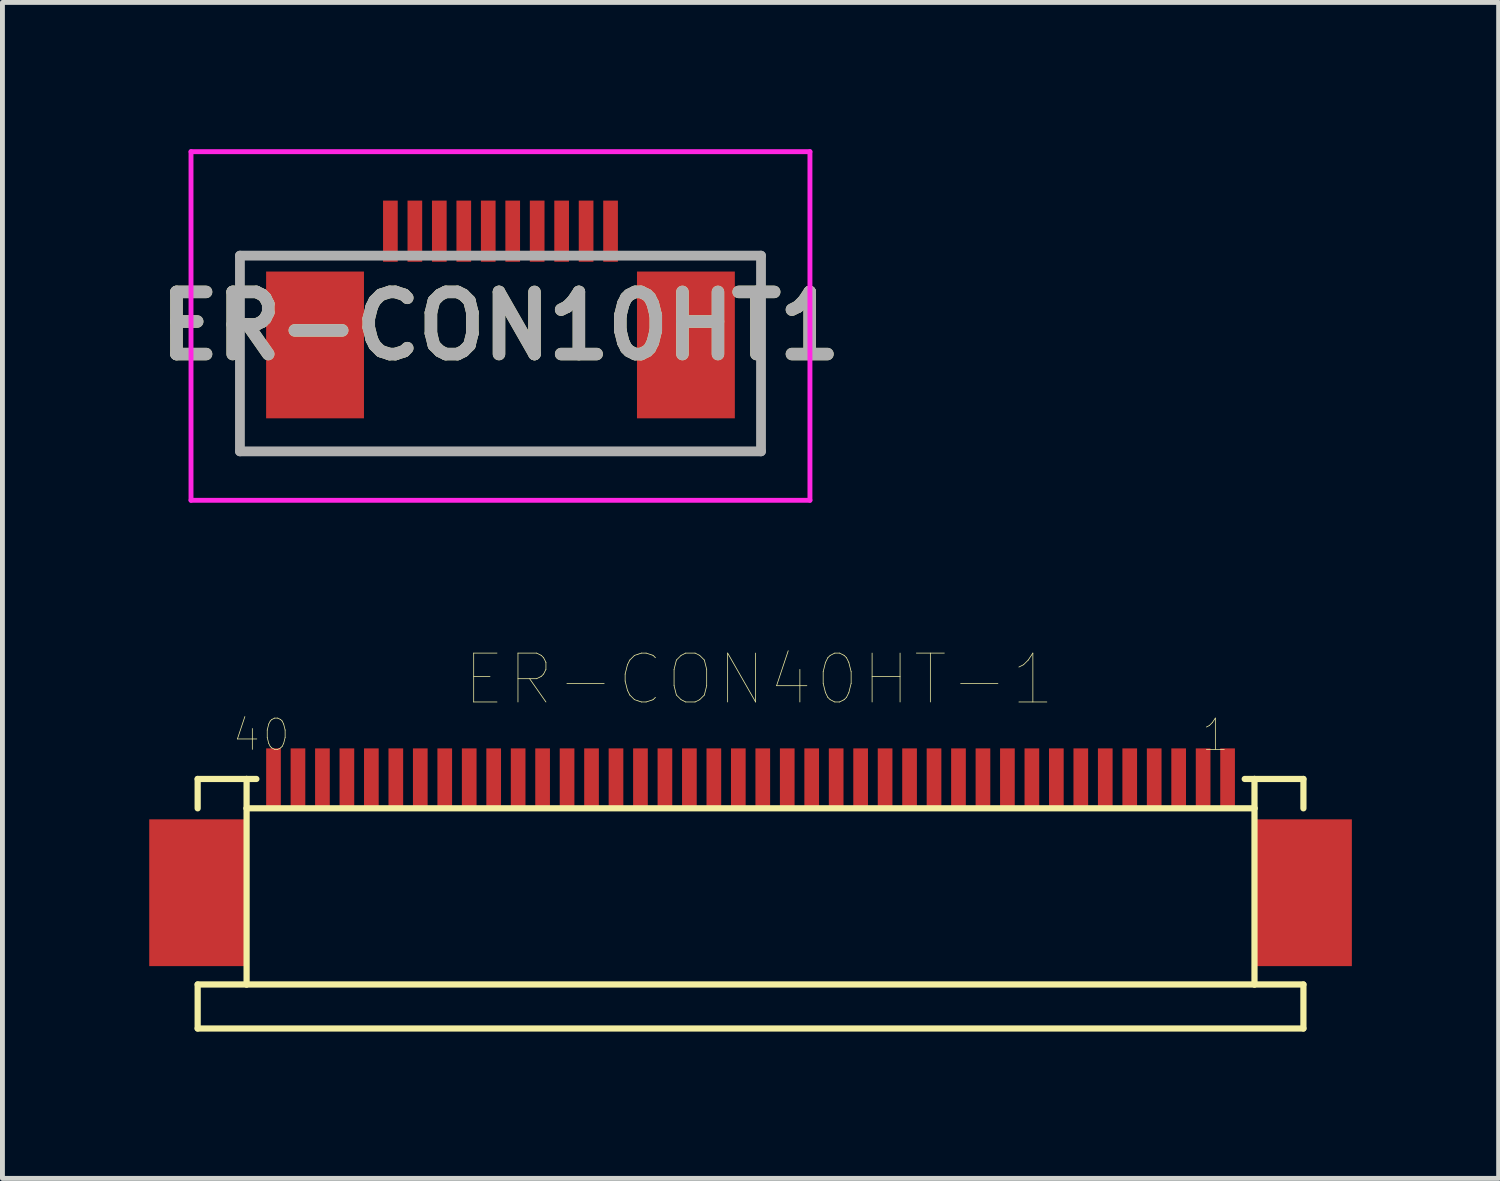
<source format=kicad_pcb>
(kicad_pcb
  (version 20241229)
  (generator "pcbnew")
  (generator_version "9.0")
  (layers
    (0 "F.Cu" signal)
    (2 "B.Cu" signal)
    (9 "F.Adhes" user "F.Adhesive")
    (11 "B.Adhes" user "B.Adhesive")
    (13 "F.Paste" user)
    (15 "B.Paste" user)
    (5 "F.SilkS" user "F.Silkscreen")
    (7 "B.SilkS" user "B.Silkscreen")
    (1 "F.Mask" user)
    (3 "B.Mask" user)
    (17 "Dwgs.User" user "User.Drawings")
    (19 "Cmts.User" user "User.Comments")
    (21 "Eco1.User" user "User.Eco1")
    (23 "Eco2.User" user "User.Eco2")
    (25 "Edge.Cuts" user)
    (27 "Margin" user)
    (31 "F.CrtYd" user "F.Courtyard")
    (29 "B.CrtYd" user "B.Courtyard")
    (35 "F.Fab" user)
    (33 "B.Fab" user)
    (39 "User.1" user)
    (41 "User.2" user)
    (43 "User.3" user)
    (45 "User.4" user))
  (footprint "ER-CON40HT-1"
    (layer "F.Cu")
    (at 12.29 14.471)
    (property "Reference" "ER-CON40HT-1" (at 0.175 -3.635 0) (layer "F.SilkS") (effects (font (size 1 1) (thickness 0.015))))
    (attr through_hole)
    (fp_line (start -11.3 -1.6) (end -11.3 -1) (stroke (width 0.127) (type solid)) (layer "F.SilkS"))
    (fp_line (start -11.3 2.6) (end -11.3 3.5) (stroke (width 0.127) (type solid)) (layer "F.SilkS"))
    (fp_line (start -11.3 2.6) (end -10.3 2.6) (stroke (width 0.127) (type solid)) (layer "F.SilkS"))
    (fp_line (start -11.3 3.5) (end 11.3 3.5) (stroke (width 0.127) (type solid)) (layer "F.SilkS"))
    (fp_line (start -10.3 -1.6) (end -11.3 -1.6) (stroke (width 0.127) (type solid)) (layer "F.SilkS"))
    (fp_line (start -10.3 -1.6) (end -10.3 -1) (stroke (width 0.127) (type solid)) (layer "F.SilkS"))
    (fp_line (start -10.3 -1) (end -10.3 2.6) (stroke (width 0.127) (type solid)) (layer "F.SilkS"))
    (fp_line (start -10.3 -1) (end 10.3 -1) (stroke (width 0.127) (type solid)) (layer "F.SilkS"))
    (fp_line (start -10.3 2.6) (end 10.3 2.6) (stroke (width 0.127) (type solid)) (layer "F.SilkS"))
    (fp_line (start -10.1 -1.6) (end -10.3 -1.6) (stroke (width 0.127) (type solid)) (layer "F.SilkS"))
    (fp_line (start 10.1 -1.6) (end 10.3 -1.6) (stroke (width 0.127) (type solid)) (layer "F.SilkS"))
    (fp_line (start 10.3 -1.6) (end 10.3 -1) (stroke (width 0.127) (type solid)) (layer "F.SilkS"))
    (fp_line (start 10.3 -1.6) (end 11.3 -1.6) (stroke (width 0.127) (type solid)) (layer "F.SilkS"))
    (fp_line (start 10.3 -1) (end 10.3 2.6) (stroke (width 0.127) (type solid)) (layer "F.SilkS"))
    (fp_line (start 10.3 2.6) (end 11.3 2.6) (stroke (width 0.127) (type solid)) (layer "F.SilkS"))
    (fp_line (start 11.3 -1.6) (end 11.3 -1) (stroke (width 0.127) (type solid)) (layer "F.SilkS"))
    (fp_line (start 11.3 3.5) (end 11.3 2.6) (stroke (width 0.127) (type solid)) (layer "F.SilkS"))
    (fp_text user "1" (at 9.5 -2.5 0) (layer "F.SilkS") (effects (font (size 0.64 0.64) (thickness 0.015))))
    (fp_text user "40" (at -10 -2.5 0) (layer "F.SilkS") (effects (font (size 0.64 0.64) (thickness 0.015))))
    (pad "1" smd rect (at 9.75 -1.6) (size 0.3 1.25) (layers "F.Cu" "F.Mask" "F.Paste"))
    (pad "2" smd rect (at 9.25 -1.6) (size 0.3 1.25) (layers "F.Cu" "F.Mask" "F.Paste"))
    (pad "3" smd rect (at 8.75 -1.6) (size 0.3 1.25) (layers "F.Cu" "F.Mask" "F.Paste"))
    (pad "4" smd rect (at 8.25 -1.6) (size 0.3 1.25) (layers "F.Cu" "F.Mask" "F.Paste"))
    (pad "5" smd rect (at 7.75 -1.6) (size 0.3 1.25) (layers "F.Cu" "F.Mask" "F.Paste"))
    (pad "6" smd rect (at 7.25 -1.6) (size 0.3 1.25) (layers "F.Cu" "F.Mask" "F.Paste"))
    (pad "7" smd rect (at 6.75 -1.6) (size 0.3 1.25) (layers "F.Cu" "F.Mask" "F.Paste"))
    (pad "8" smd rect (at 6.25 -1.6) (size 0.3 1.25) (layers "F.Cu" "F.Mask" "F.Paste"))
    (pad "9" smd rect (at 5.75 -1.6) (size 0.3 1.25) (layers "F.Cu" "F.Mask" "F.Paste"))
    (pad "10" smd rect (at 5.25 -1.6) (size 0.3 1.25) (layers "F.Cu" "F.Mask" "F.Paste"))
    (pad "11" smd rect (at 4.75 -1.6) (size 0.3 1.25) (layers "F.Cu" "F.Mask" "F.Paste"))
    (pad "12" smd rect (at 4.25 -1.6) (size 0.3 1.25) (layers "F.Cu" "F.Mask" "F.Paste"))
    (pad "13" smd rect (at 3.75 -1.6) (size 0.3 1.25) (layers "F.Cu" "F.Mask" "F.Paste"))
    (pad "14" smd rect (at 3.25 -1.6) (size 0.3 1.25) (layers "F.Cu" "F.Mask" "F.Paste"))
    (pad "15" smd rect (at 2.75 -1.6) (size 0.3 1.25) (layers "F.Cu" "F.Mask" "F.Paste"))
    (pad "16" smd rect (at 2.25 -1.6) (size 0.3 1.25) (layers "F.Cu" "F.Mask" "F.Paste"))
    (pad "17" smd rect (at 1.75 -1.6) (size 0.3 1.25) (layers "F.Cu" "F.Mask" "F.Paste"))
    (pad "18" smd rect (at 1.25 -1.6) (size 0.3 1.25) (layers "F.Cu" "F.Mask" "F.Paste"))
    (pad "19" smd rect (at 0.75 -1.6) (size 0.3 1.25) (layers "F.Cu" "F.Mask" "F.Paste"))
    (pad "20" smd rect (at 0.25 -1.6) (size 0.3 1.25) (layers "F.Cu" "F.Mask" "F.Paste"))
    (pad "21" smd rect (at -0.25 -1.6) (size 0.3 1.25) (layers "F.Cu" "F.Mask" "F.Paste"))
    (pad "22" smd rect (at -0.75 -1.6) (size 0.3 1.25) (layers "F.Cu" "F.Mask" "F.Paste"))
    (pad "23" smd rect (at -1.25 -1.6) (size 0.3 1.25) (layers "F.Cu" "F.Mask" "F.Paste"))
    (pad "24" smd rect (at -1.75 -1.6) (size 0.3 1.25) (layers "F.Cu" "F.Mask" "F.Paste"))
    (pad "25" smd rect (at -2.25 -1.6) (size 0.3 1.25) (layers "F.Cu" "F.Mask" "F.Paste"))
    (pad "26" smd rect (at -2.75 -1.6) (size 0.3 1.25) (layers "F.Cu" "F.Mask" "F.Paste"))
    (pad "27" smd rect (at -3.25 -1.6) (size 0.3 1.25) (layers "F.Cu" "F.Mask" "F.Paste"))
    (pad "28" smd rect (at -3.75 -1.6) (size 0.3 1.25) (layers "F.Cu" "F.Mask" "F.Paste"))
    (pad "29" smd rect (at -4.25 -1.6) (size 0.3 1.25) (layers "F.Cu" "F.Mask" "F.Paste"))
    (pad "30" smd rect (at -4.75 -1.6) (size 0.3 1.25) (layers "F.Cu" "F.Mask" "F.Paste"))
    (pad "31" smd rect (at -5.25 -1.6) (size 0.3 1.25) (layers "F.Cu" "F.Mask" "F.Paste"))
    (pad "32" smd rect (at -5.75 -1.6) (size 0.3 1.25) (layers "F.Cu" "F.Mask" "F.Paste"))
    (pad "33" smd rect (at -6.25 -1.6) (size 0.3 1.25) (layers "F.Cu" "F.Mask" "F.Paste"))
    (pad "34" smd rect (at -6.75 -1.6) (size 0.3 1.25) (layers "F.Cu" "F.Mask" "F.Paste"))
    (pad "35" smd rect (at -7.25 -1.6) (size 0.3 1.25) (layers "F.Cu" "F.Mask" "F.Paste"))
    (pad "36" smd rect (at -7.75 -1.6) (size 0.3 1.25) (layers "F.Cu" "F.Mask" "F.Paste"))
    (pad "37" smd rect (at -8.25 -1.6) (size 0.3 1.25) (layers "F.Cu" "F.Mask" "F.Paste"))
    (pad "38" smd rect (at -8.75 -1.6) (size 0.3 1.25) (layers "F.Cu" "F.Mask" "F.Paste"))
    (pad "39" smd rect (at -9.25 -1.6) (size 0.3 1.25) (layers "F.Cu" "F.Mask" "F.Paste"))
    (pad "40" smd rect (at -9.75 -1.6) (size 0.3 1.25) (layers "F.Cu" "F.Mask" "F.Paste"))
    (pad "NC1" smd rect (at -11.29 0.725) (size 2 3) (layers "F.Cu" "F.Mask" "F.Paste"))
    (pad "NC2" smd rect (at 11.29 0.725) (size 2 3) (layers "F.Cu" "F.Mask" "F.Paste")))
  (footprint "ER-CON10HT1"
    (layer "F.Cu")
    (at 7.179 3.925)
    (property "Reference" "ER-CON10HT1" (at 0 -0.313 0) (layer "F.SilkS") (effects (font (size 1.27 1.27) (thickness 0.254))))
    (attr smd)
    (fp_line (start -5.325 -1.75) (end -5.325 2.25) (stroke (width 0.1) (type solid)) (layer "F.SilkS"))
    (fp_line (start -5.325 2.25) (end 5.325 2.25) (stroke (width 0.1) (type solid)) (layer "F.SilkS"))
    (fp_line (start 5.325 2.25) (end 5.325 -1.75) (stroke (width 0.1) (type solid)) (layer "F.SilkS"))
    (fp_line (start -6.325 -3.875) (end 6.325 -3.875) (stroke (width 0.1) (type solid)) (layer "F.CrtYd"))
    (fp_line (start -6.325 3.25) (end -6.325 -3.875) (stroke (width 0.1) (type solid)) (layer "F.CrtYd"))
    (fp_line (start 6.325 -3.875) (end 6.325 3.25) (stroke (width 0.1) (type solid)) (layer "F.CrtYd"))
    (fp_line (start 6.325 3.25) (end -6.325 3.25) (stroke (width 0.1) (type solid)) (layer "F.CrtYd"))
    (fp_line (start -5.325 -1.75) (end 5.325 -1.75) (stroke (width 0.2) (type solid)) (layer "F.Fab"))
    (fp_line (start -5.325 2.25) (end -5.325 -1.75) (stroke (width 0.2) (type solid)) (layer "F.Fab"))
    (fp_line (start 5.325 -1.75) (end 5.325 2.25) (stroke (width 0.2) (type solid)) (layer "F.Fab"))
    (fp_line (start 5.325 2.25) (end -5.325 2.25) (stroke (width 0.2) (type solid)) (layer "F.Fab"))
    (fp_text user "${REFERENCE}" (at 0 -0.313 0) (layer "F.Fab") (effects (font (size 1.27 1.27) (thickness 0.254))))
    (pad "1" smd rect (at -2.25 -2.25) (size 0.3 1.25) (layers "F.Cu" "F.Mask" "F.Paste"))
    (pad "2" smd rect (at -1.75 -2.25) (size 0.3 1.25) (layers "F.Cu" "F.Mask" "F.Paste"))
    (pad "3" smd rect (at -1.25 -2.25) (size 0.3 1.25) (layers "F.Cu" "F.Mask" "F.Paste"))
    (pad "4" smd rect (at -0.75 -2.25) (size 0.3 1.25) (layers "F.Cu" "F.Mask" "F.Paste"))
    (pad "5" smd rect (at -0.25 -2.25) (size 0.3 1.25) (layers "F.Cu" "F.Mask" "F.Paste"))
    (pad "6" smd rect (at 0.25 -2.25) (size 0.3 1.25) (layers "F.Cu" "F.Mask" "F.Paste"))
    (pad "7" smd rect (at 0.75 -2.25) (size 0.3 1.25) (layers "F.Cu" "F.Mask" "F.Paste"))
    (pad "8" smd rect (at 1.25 -2.25) (size 0.3 1.25) (layers "F.Cu" "F.Mask" "F.Paste"))
    (pad "9" smd rect (at 1.75 -2.25) (size 0.3 1.25) (layers "F.Cu" "F.Mask" "F.Paste"))
    (pad "10" smd rect (at 2.25 -2.25) (size 0.3 1.25) (layers "F.Cu" "F.Mask" "F.Paste"))
    (pad "MP1" smd rect (at -3.79 0.075) (size 2 3) (layers "F.Cu" "F.Mask" "F.Paste"))
    (pad "MP2" smd rect (at 3.79 0.075) (size 2 3) (layers "F.Cu" "F.Mask" "F.Paste")))
  (gr_rect
    (start -3 -3)
    (end 27.58 21.035)
    (stroke (width 0.1) (type default))
    (fill no)
    (layer "Edge.Cuts")))
</source>
